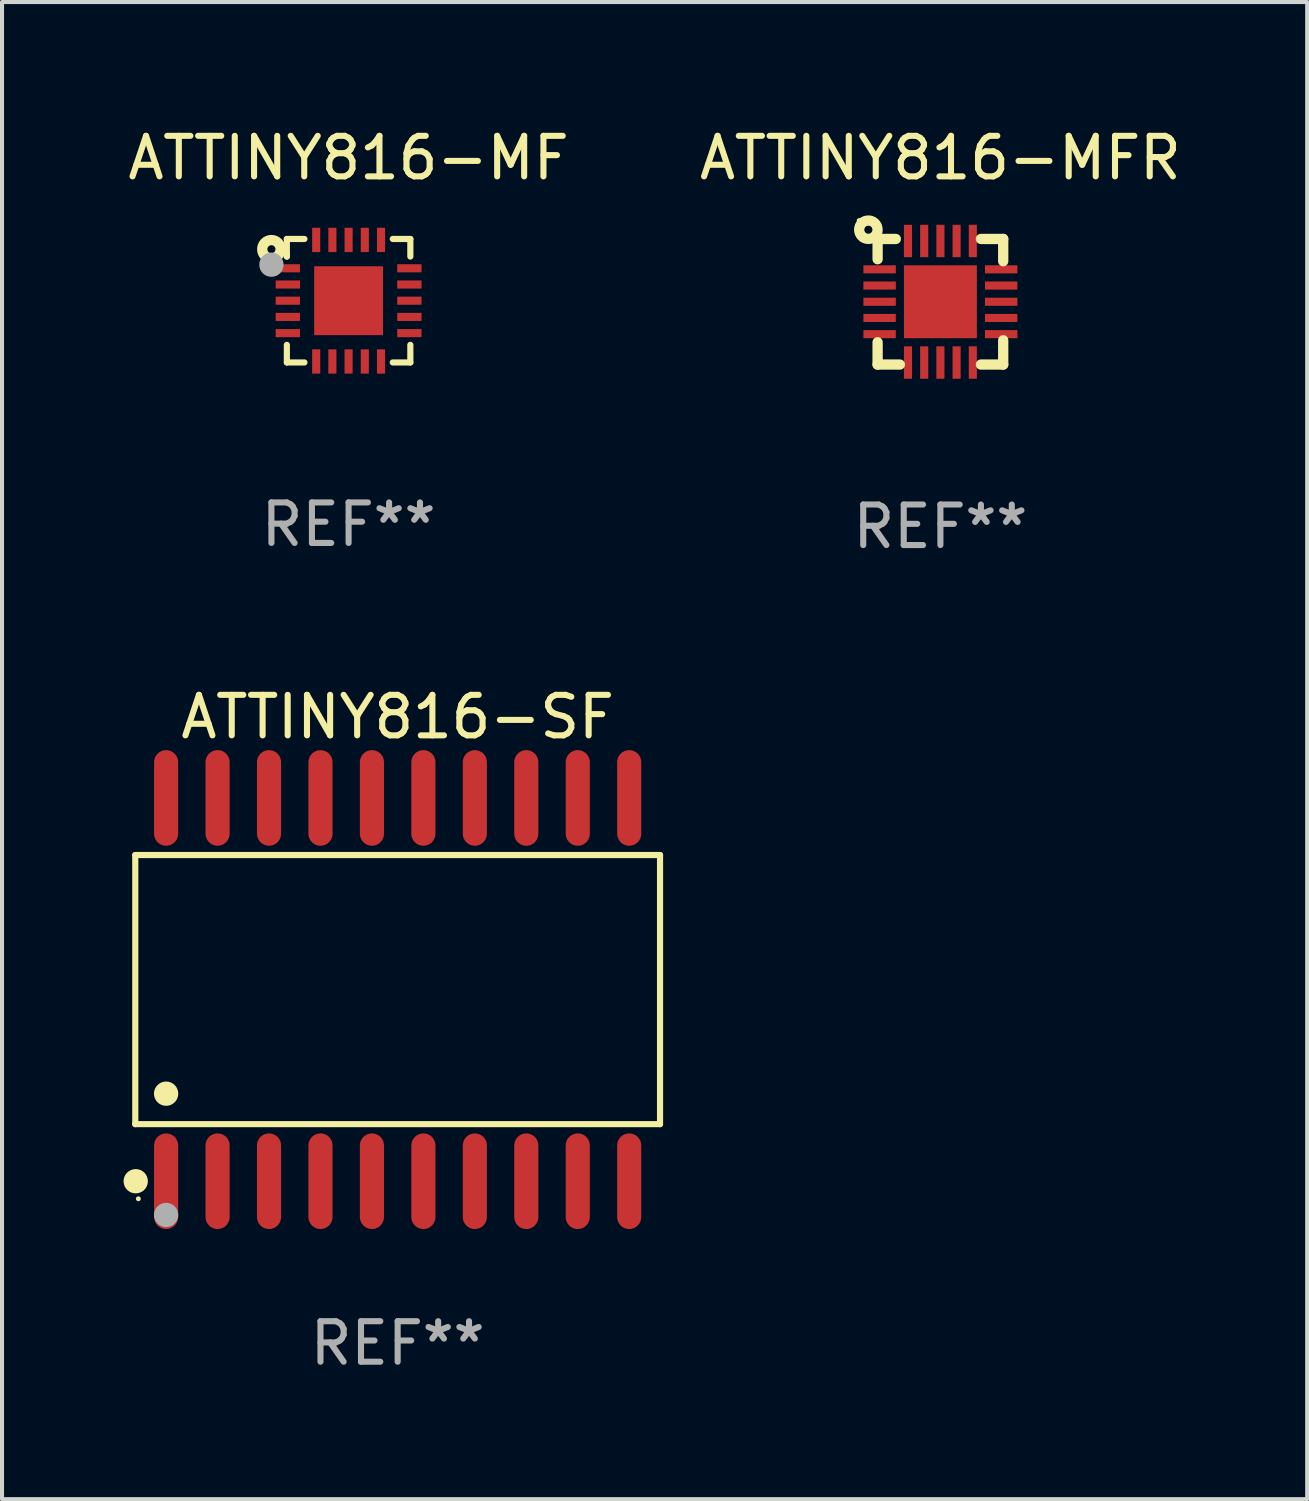
<source format=kicad_pcb>
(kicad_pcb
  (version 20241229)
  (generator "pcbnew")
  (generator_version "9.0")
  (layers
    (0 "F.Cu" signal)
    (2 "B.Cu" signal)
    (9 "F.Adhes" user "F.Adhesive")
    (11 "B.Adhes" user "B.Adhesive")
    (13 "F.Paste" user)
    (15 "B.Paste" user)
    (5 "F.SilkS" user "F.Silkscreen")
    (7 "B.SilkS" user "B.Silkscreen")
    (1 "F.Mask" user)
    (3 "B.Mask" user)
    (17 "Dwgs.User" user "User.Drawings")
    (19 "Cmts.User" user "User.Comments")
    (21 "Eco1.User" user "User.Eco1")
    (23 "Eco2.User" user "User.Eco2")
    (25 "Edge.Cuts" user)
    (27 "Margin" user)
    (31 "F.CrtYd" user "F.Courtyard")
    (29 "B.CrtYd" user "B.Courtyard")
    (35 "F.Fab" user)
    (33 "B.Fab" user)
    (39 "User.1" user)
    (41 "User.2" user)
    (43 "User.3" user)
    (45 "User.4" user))
  (footprint "ATTINY816-SF"
    (layer "F.Cu")
    (at 6.765 21.375)
    (property "Reference" "ATTINY816-SF" (at 0 -6.73 0) (layer "F.SilkS") (effects (font (size 1 1) (thickness 0.15))))
    (attr through_hole)
    (fp_line (start -6.476 -3.321) (end 6.476 -3.321) (stroke (width 0.152) (type solid)) (layer "F.SilkS"))
    (fp_line (start -6.476 3.321) (end -6.476 -3.321) (stroke (width 0.152) (type solid)) (layer "F.SilkS"))
    (fp_line (start 6.476 -3.321) (end 6.476 3.321) (stroke (width 0.152) (type solid)) (layer "F.SilkS"))
    (fp_line (start 6.476 3.321) (end -6.476 3.321) (stroke (width 0.152) (type solid)) (layer "F.SilkS"))
    (fp_circle (center -6.465 4.73) (end -6.315 4.73) (stroke (width 0.3) (type solid)) (fill no) (layer "F.SilkS"))
    (fp_circle (center -6.4 5.163) (end -6.37 5.163) (stroke (width 0.06) (type solid)) (fill no) (layer "F.SilkS"))
    (fp_circle (center -5.715 2.569) (end -5.565 2.569) (stroke (width 0.3) (type solid)) (fill no) (layer "F.SilkS"))
    (fp_circle (center -5.715 5.563) (end -5.565 5.563) (stroke (width 0.3) (type solid)) (fill no) (layer "F.Fab"))
    (fp_text user "REF**" (at 0 8.73 0) (layer "F.Fab") (effects (font (size 1 1) (thickness 0.15))))
    (pad "1" smd oval (at -5.715 4.73) (size 0.595 2.36) (layers "F.Cu" "F.Mask" "F.Paste"))
    (pad "2" smd oval (at -4.445 4.73) (size 0.595 2.36) (layers "F.Cu" "F.Mask" "F.Paste"))
    (pad "3" smd oval (at -3.175 4.73) (size 0.595 2.36) (layers "F.Cu" "F.Mask" "F.Paste"))
    (pad "4" smd oval (at -1.905 4.73) (size 0.595 2.36) (layers "F.Cu" "F.Mask" "F.Paste"))
    (pad "5" smd oval (at -0.635 4.73) (size 0.595 2.36) (layers "F.Cu" "F.Mask" "F.Paste"))
    (pad "6" smd oval (at 0.635 4.73) (size 0.595 2.36) (layers "F.Cu" "F.Mask" "F.Paste"))
    (pad "7" smd oval (at 1.905 4.73) (size 0.595 2.36) (layers "F.Cu" "F.Mask" "F.Paste"))
    (pad "8" smd oval (at 3.175 4.73) (size 0.595 2.36) (layers "F.Cu" "F.Mask" "F.Paste"))
    (pad "9" smd oval (at 4.445 4.73) (size 0.595 2.36) (layers "F.Cu" "F.Mask" "F.Paste"))
    (pad "10" smd oval (at 5.715 4.73) (size 0.595 2.36) (layers "F.Cu" "F.Mask" "F.Paste"))
    (pad "11" smd oval (at 5.715 -4.73) (size 0.595 2.36) (layers "F.Cu" "F.Mask" "F.Paste"))
    (pad "12" smd oval (at 4.445 -4.73) (size 0.595 2.36) (layers "F.Cu" "F.Mask" "F.Paste"))
    (pad "13" smd oval (at 3.175 -4.73) (size 0.595 2.36) (layers "F.Cu" "F.Mask" "F.Paste"))
    (pad "14" smd oval (at 1.905 -4.73) (size 0.595 2.36) (layers "F.Cu" "F.Mask" "F.Paste"))
    (pad "15" smd oval (at 0.635 -4.73) (size 0.595 2.36) (layers "F.Cu" "F.Mask" "F.Paste"))
    (pad "16" smd oval (at -0.635 -4.73) (size 0.595 2.36) (layers "F.Cu" "F.Mask" "F.Paste"))
    (pad "17" smd oval (at -1.905 -4.73) (size 0.595 2.36) (layers "F.Cu" "F.Mask" "F.Paste"))
    (pad "18" smd oval (at -3.175 -4.73) (size 0.595 2.36) (layers "F.Cu" "F.Mask" "F.Paste"))
    (pad "19" smd oval (at -4.445 -4.73) (size 0.595 2.36) (layers "F.Cu" "F.Mask" "F.Paste"))
    (pad "20" smd oval (at -5.715 -4.73) (size 0.595 2.36) (layers "F.Cu" "F.Mask" "F.Paste")))
  (footprint "ATTINY816-MF"
    (layer "F.Cu")
    (at 5.554 4.372)
    (property "Reference" "ATTINY816-MF" (at 0 -3.524 0) (layer "F.SilkS") (effects (font (size 1 1) (thickness 0.15))))
    (attr through_hole)
    (fp_line (start -1.524 -1.524) (end -1.09 -1.524) (stroke (width 0.152) (type solid)) (layer "F.SilkS"))
    (fp_line (start -1.524 -1.09) (end -1.524 -1.524) (stroke (width 0.152) (type solid)) (layer "F.SilkS"))
    (fp_line (start -1.524 -1.09) (end -1.524 -1.143) (stroke (width 0.152) (type solid)) (layer "F.SilkS"))
    (fp_line (start -1.524 1.524) (end -1.524 1.09) (stroke (width 0.152) (type solid)) (layer "F.SilkS"))
    (fp_line (start -1.09 1.524) (end -1.524 1.524) (stroke (width 0.152) (type solid)) (layer "F.SilkS"))
    (fp_line (start 1.09 -1.524) (end 1.524 -1.524) (stroke (width 0.152) (type solid)) (layer "F.SilkS"))
    (fp_line (start 1.524 -1.524) (end 1.524 -1.09) (stroke (width 0.152) (type solid)) (layer "F.SilkS"))
    (fp_line (start 1.524 1.09) (end 1.524 1.524) (stroke (width 0.152) (type solid)) (layer "F.SilkS"))
    (fp_line (start 1.524 1.524) (end 1.09 1.524) (stroke (width 0.152) (type solid)) (layer "F.SilkS"))
    (fp_circle (center -1.905 -1.27) (end -1.805 -1.27) (stroke (width 0.254) (type solid)) (fill no) (layer "F.SilkS"))
    (fp_circle (center -1.5 -1.5) (end -1.47 -1.5) (stroke (width 0.06) (type solid)) (fill no) (layer "F.SilkS"))
    (fp_circle (center -1.905 -0.889) (end -1.755 -0.889) (stroke (width 0.3) (type solid)) (fill no) (layer "F.Fab"))
    (fp_text user "REF**" (at 0 5.524 0) (layer "F.Fab") (effects (font (size 1 1) (thickness 0.15))))
    (pad "1" smd rect (at -1.5 -0.8) (size 0.6 0.2) (layers "F.Cu" "F.Mask" "F.Paste"))
    (pad "2" smd rect (at -1.5 -0.4) (size 0.6 0.2) (layers "F.Cu" "F.Mask" "F.Paste"))
    (pad "3" smd rect (at -1.5 -0.000203) (size 0.6 0.2) (layers "F.Cu" "F.Mask" "F.Paste"))
    (pad "4" smd rect (at -1.5 0.4) (size 0.6 0.2) (layers "F.Cu" "F.Mask" "F.Paste"))
    (pad "5" smd rect (at -1.5 0.8) (size 0.6 0.2) (layers "F.Cu" "F.Mask" "F.Paste"))
    (pad "6" smd rect (at -0.8 1.5) (size 0.2 0.6) (layers "F.Cu" "F.Mask" "F.Paste"))
    (pad "7" smd rect (at -0.4 1.5) (size 0.2 0.6) (layers "F.Cu" "F.Mask" "F.Paste"))
    (pad "8" smd rect (at -0.000178 1.5) (size 0.2 0.6) (layers "F.Cu" "F.Mask" "F.Paste"))
    (pad "9" smd rect (at 0.4 1.5) (size 0.2 0.6) (layers "F.Cu" "F.Mask" "F.Paste"))
    (pad "10" smd rect (at 0.8 1.5) (size 0.2 0.6) (layers "F.Cu" "F.Mask" "F.Paste"))
    (pad "11" smd rect (at 1.5 0.8) (size 0.6 0.2) (layers "F.Cu" "F.Mask" "F.Paste"))
    (pad "12" smd rect (at 1.5 0.4) (size 0.6 0.2) (layers "F.Cu" "F.Mask" "F.Paste"))
    (pad "13" smd rect (at 1.5 -0.000203) (size 0.6 0.2) (layers "F.Cu" "F.Mask" "F.Paste"))
    (pad "14" smd rect (at 1.5 -0.4) (size 0.6 0.2) (layers "F.Cu" "F.Mask" "F.Paste"))
    (pad "15" smd rect (at 1.5 -0.8) (size 0.6 0.2) (layers "F.Cu" "F.Mask" "F.Paste"))
    (pad "16" smd rect (at 0.8 -1.5) (size 0.2 0.6) (layers "F.Cu" "F.Mask" "F.Paste"))
    (pad "17" smd rect (at 0.4 -1.5) (size 0.2 0.6) (layers "F.Cu" "F.Mask" "F.Paste"))
    (pad "18" smd rect (at 0.000076 -1.5) (size 0.2 0.6) (layers "F.Cu" "F.Mask" "F.Paste"))
    (pad "19" smd rect (at -0.4 -1.5) (size 0.2 0.6) (layers "F.Cu" "F.Mask" "F.Paste"))
    (pad "20" smd rect (at -0.8 -1.5) (size 0.2 0.6) (layers "F.Cu" "F.Mask" "F.Paste"))
    (pad "21" smd rect (at -0.000178 -0.000203 180) (size 1.7 1.7) (layers "F.Cu" "F.Mask" "F.Paste")))
  (footprint "ATTINY816-MFR"
    (layer "F.Cu")
    (at 20.161 4.398)
    (property "Reference" "ATTINY816-MFR" (at 0 -3.55 0) (layer "F.SilkS") (effects (font (size 1 1) (thickness 0.15))))
    (attr through_hole)
    (fp_line (start -1.55 -1.55) (end -1.55 -1.05) (stroke (width 0.254) (type solid)) (layer "F.SilkS"))
    (fp_line (start -1.55 1.55) (end -1.55 1) (stroke (width 0.254) (type solid)) (layer "F.SilkS"))
    (fp_line (start -1.1 -1.55) (end -1.55 -1.55) (stroke (width 0.254) (type solid)) (layer "F.SilkS"))
    (fp_line (start -1 1.55) (end -1.55 1.55) (stroke (width 0.254) (type solid)) (layer "F.SilkS"))
    (fp_line (start 1 -1.55) (end 1.55 -1.55) (stroke (width 0.254) (type solid)) (layer "F.SilkS"))
    (fp_line (start 1.55 -1.55) (end 1.55 -1) (stroke (width 0.254) (type solid)) (layer "F.SilkS"))
    (fp_line (start 1.55 0.95) (end 1.55 1.55) (stroke (width 0.254) (type solid)) (layer "F.SilkS"))
    (fp_line (start 1.55 1.55) (end 1 1.55) (stroke (width 0.254) (type solid)) (layer "F.SilkS"))
    (fp_circle (center -2.005 -2.005) (end -1.975 -2.005) (stroke (width 0.06) (type solid)) (fill no) (layer "F.SilkS"))
    (fp_circle (center -1.778 -1.778) (end -1.678 -1.778) (stroke (width 0.254) (type solid)) (fill no) (layer "F.SilkS"))
    (fp_text user "REF**" (at 0 5.55 0) (layer "F.Fab") (effects (font (size 1 1) (thickness 0.15))))
    (pad "1" smd rect (at -1.5 -0.8 90) (size 0.2 0.8) (layers "F.Cu" "F.Mask" "F.Paste"))
    (pad "2" smd rect (at -1.5 -0.4 90) (size 0.2 0.8) (layers "F.Cu" "F.Mask" "F.Paste"))
    (pad "3" smd rect (at -1.5 0 90) (size 0.2 0.8) (layers "F.Cu" "F.Mask" "F.Paste"))
    (pad "4" smd rect (at -1.5 0.4 90) (size 0.2 0.8) (layers "F.Cu" "F.Mask" "F.Paste"))
    (pad "5" smd rect (at -1.5 0.8 90) (size 0.2 0.8) (layers "F.Cu" "F.Mask" "F.Paste"))
    (pad "6" smd rect (at -0.8 1.5) (size 0.2 0.8) (layers "F.Cu" "F.Mask" "F.Paste"))
    (pad "7" smd rect (at -0.4 1.5) (size 0.2 0.8) (layers "F.Cu" "F.Mask" "F.Paste"))
    (pad "8" smd rect (at 0 1.5) (size 0.2 0.8) (layers "F.Cu" "F.Mask" "F.Paste"))
    (pad "9" smd rect (at 0.4 1.5) (size 0.2 0.8) (layers "F.Cu" "F.Mask" "F.Paste"))
    (pad "10" smd rect (at 0.8 1.5) (size 0.2 0.8) (layers "F.Cu" "F.Mask" "F.Paste"))
    (pad "11" smd rect (at 1.5 0.8 90) (size 0.2 0.8) (layers "F.Cu" "F.Mask" "F.Paste"))
    (pad "12" smd rect (at 1.5 0.4 90) (size 0.2 0.8) (layers "F.Cu" "F.Mask" "F.Paste"))
    (pad "13" smd rect (at 1.5 0 90) (size 0.2 0.8) (layers "F.Cu" "F.Mask" "F.Paste"))
    (pad "14" smd rect (at 1.5 -0.4 90) (size 0.2 0.8) (layers "F.Cu" "F.Mask" "F.Paste"))
    (pad "15" smd rect (at 1.5 -0.8 90) (size 0.2 0.8) (layers "F.Cu" "F.Mask" "F.Paste"))
    (pad "16" smd rect (at 0.8 -1.5 180) (size 0.2 0.8) (layers "F.Cu" "F.Mask" "F.Paste"))
    (pad "17" smd rect (at 0.4 -1.5 180) (size 0.2 0.8) (layers "F.Cu" "F.Mask" "F.Paste"))
    (pad "18" smd rect (at 0.000254 -1.5 180) (size 0.2 0.8) (layers "F.Cu" "F.Mask" "F.Paste"))
    (pad "19" smd rect (at -0.4 -1.5 180) (size 0.2 0.8) (layers "F.Cu" "F.Mask" "F.Paste"))
    (pad "20" smd rect (at -0.8 -1.5 180) (size 0.2 0.8) (layers "F.Cu" "F.Mask" "F.Paste"))
    (pad "21" smd rect (at 0 0 180) (size 1.8 1.8) (layers "F.Cu" "F.Mask" "F.Paste")))
  (gr_rect
    (start -3 -3)
    (end 29.214 33.953)
    (stroke (width 0.1) (type default))
    (fill no)
    (layer "Edge.Cuts")))
</source>
